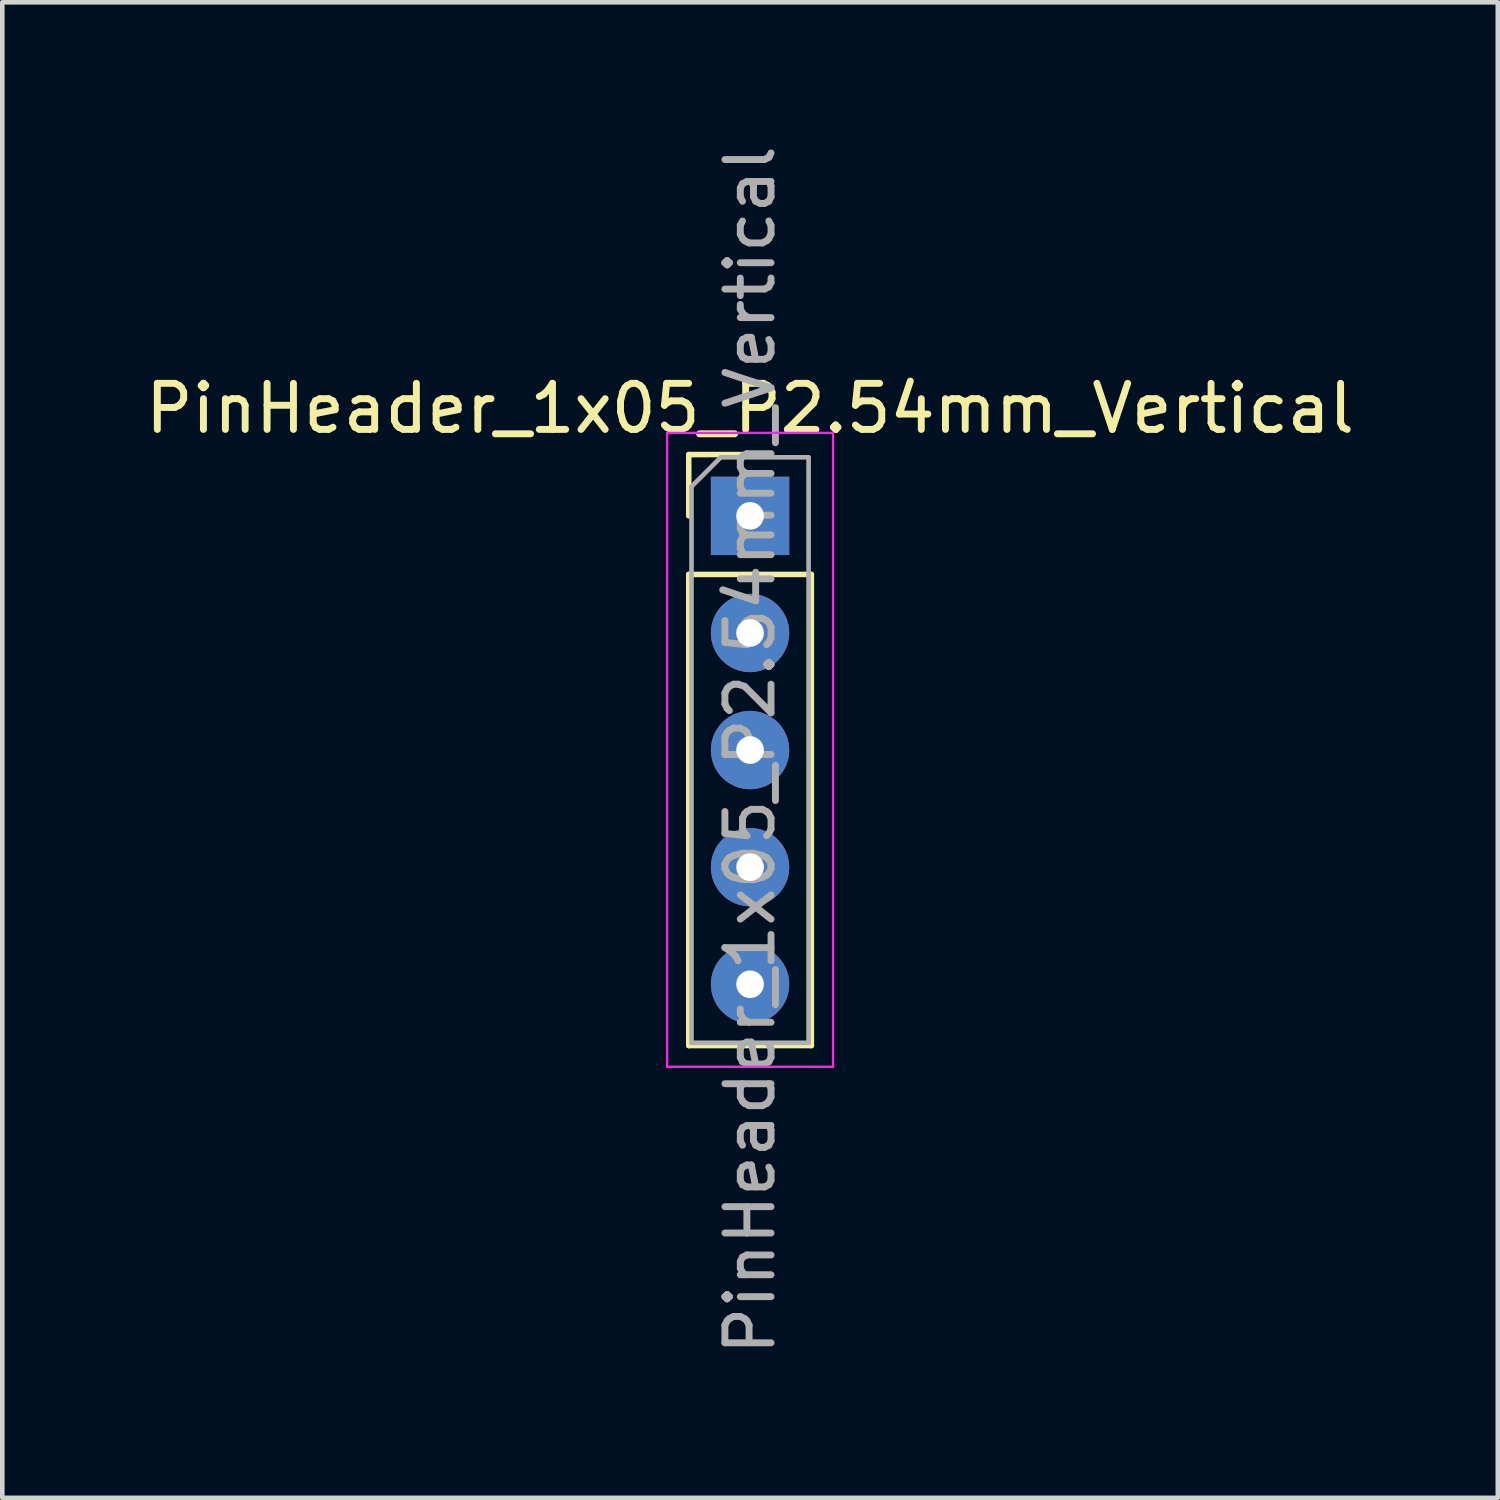
<source format=kicad_pcb>
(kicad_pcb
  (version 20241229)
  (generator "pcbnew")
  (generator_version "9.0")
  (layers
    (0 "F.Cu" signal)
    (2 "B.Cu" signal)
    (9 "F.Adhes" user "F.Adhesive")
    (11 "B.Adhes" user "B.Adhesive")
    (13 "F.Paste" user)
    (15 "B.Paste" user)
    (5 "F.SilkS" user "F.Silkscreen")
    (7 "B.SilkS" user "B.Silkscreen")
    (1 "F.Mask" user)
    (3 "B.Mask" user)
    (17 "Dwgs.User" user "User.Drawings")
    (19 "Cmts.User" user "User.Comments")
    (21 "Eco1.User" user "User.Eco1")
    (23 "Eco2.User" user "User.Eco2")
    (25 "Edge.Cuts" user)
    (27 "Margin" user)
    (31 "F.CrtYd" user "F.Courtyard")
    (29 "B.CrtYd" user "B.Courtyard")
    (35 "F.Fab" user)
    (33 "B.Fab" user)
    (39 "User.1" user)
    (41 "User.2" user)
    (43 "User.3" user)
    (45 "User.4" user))
  (footprint "PinHeader_1x05_P2.54mm_Vertical"
    (layer "F.Cu")
    (at 13.22 8.14)
    (property "Reference" "PinHeader_1x05_P2.54mm_Vertical" (at 0 -2.33 0) (layer "F.SilkS") (effects (font (size 1 1) (thickness 0.15))))
    (attr through_hole)
    (fp_line (start -1.33 -1.33) (end 0 -1.33) (stroke (width 0.12) (type solid)) (layer "F.SilkS"))
    (fp_line (start -1.33 0) (end -1.33 -1.33) (stroke (width 0.12) (type solid)) (layer "F.SilkS"))
    (fp_line (start -1.33 1.27) (end -1.33 11.49) (stroke (width 0.12) (type solid)) (layer "F.SilkS"))
    (fp_line (start -1.33 1.27) (end 1.33 1.27) (stroke (width 0.12) (type solid)) (layer "F.SilkS"))
    (fp_line (start -1.33 11.49) (end 1.33 11.49) (stroke (width 0.12) (type solid)) (layer "F.SilkS"))
    (fp_line (start 1.33 1.27) (end 1.33 11.49) (stroke (width 0.12) (type solid)) (layer "F.SilkS"))
    (fp_line (start -1.8 -1.8) (end -1.8 11.95) (stroke (width 0.05) (type solid)) (layer "F.CrtYd"))
    (fp_line (start -1.8 11.95) (end 1.8 11.95) (stroke (width 0.05) (type solid)) (layer "F.CrtYd"))
    (fp_line (start 1.8 -1.8) (end -1.8 -1.8) (stroke (width 0.05) (type solid)) (layer "F.CrtYd"))
    (fp_line (start 1.8 11.95) (end 1.8 -1.8) (stroke (width 0.05) (type solid)) (layer "F.CrtYd"))
    (fp_line (start -1.27 -0.635) (end -0.635 -1.27) (stroke (width 0.1) (type solid)) (layer "F.Fab"))
    (fp_line (start -1.27 11.43) (end -1.27 -0.635) (stroke (width 0.1) (type solid)) (layer "F.Fab"))
    (fp_line (start -0.635 -1.27) (end 1.27 -1.27) (stroke (width 0.1) (type solid)) (layer "F.Fab"))
    (fp_line (start 1.27 -1.27) (end 1.27 11.43) (stroke (width 0.1) (type solid)) (layer "F.Fab"))
    (fp_line (start 1.27 11.43) (end -1.27 11.43) (stroke (width 0.1) (type solid)) (layer "F.Fab"))
    (fp_text user "${REFERENCE}" (at 0 5.08 90) (layer "F.Fab") (effects (font (size 1 1) (thickness 0.15))))
    (pad "1" thru_hole rect (at 0 0) (size 1.7 1.7) (drill 0.6) (layers "*.Cu" "*.Mask"))
    (pad "2" thru_hole oval (at 0 2.54) (size 1.7 1.7) (drill 0.6) (layers "*.Cu" "*.Mask"))
    (pad "3" thru_hole oval (at 0 5.08) (size 1.7 1.7) (drill 0.6) (layers "*.Cu" "*.Mask"))
    (pad "4" thru_hole oval (at 0 7.62) (size 1.7 1.7) (drill 0.6) (layers "*.Cu" "*.Mask"))
    (pad "5" thru_hole oval (at 0 10.16) (size 1.7 1.7) (drill 0.6) (layers "*.Cu" "*.Mask")))
  (gr_rect
    (start -3 -3)
    (end 29.44 29.44)
    (stroke (width 0.1) (type default))
    (fill no)
    (layer "Edge.Cuts")))
</source>
